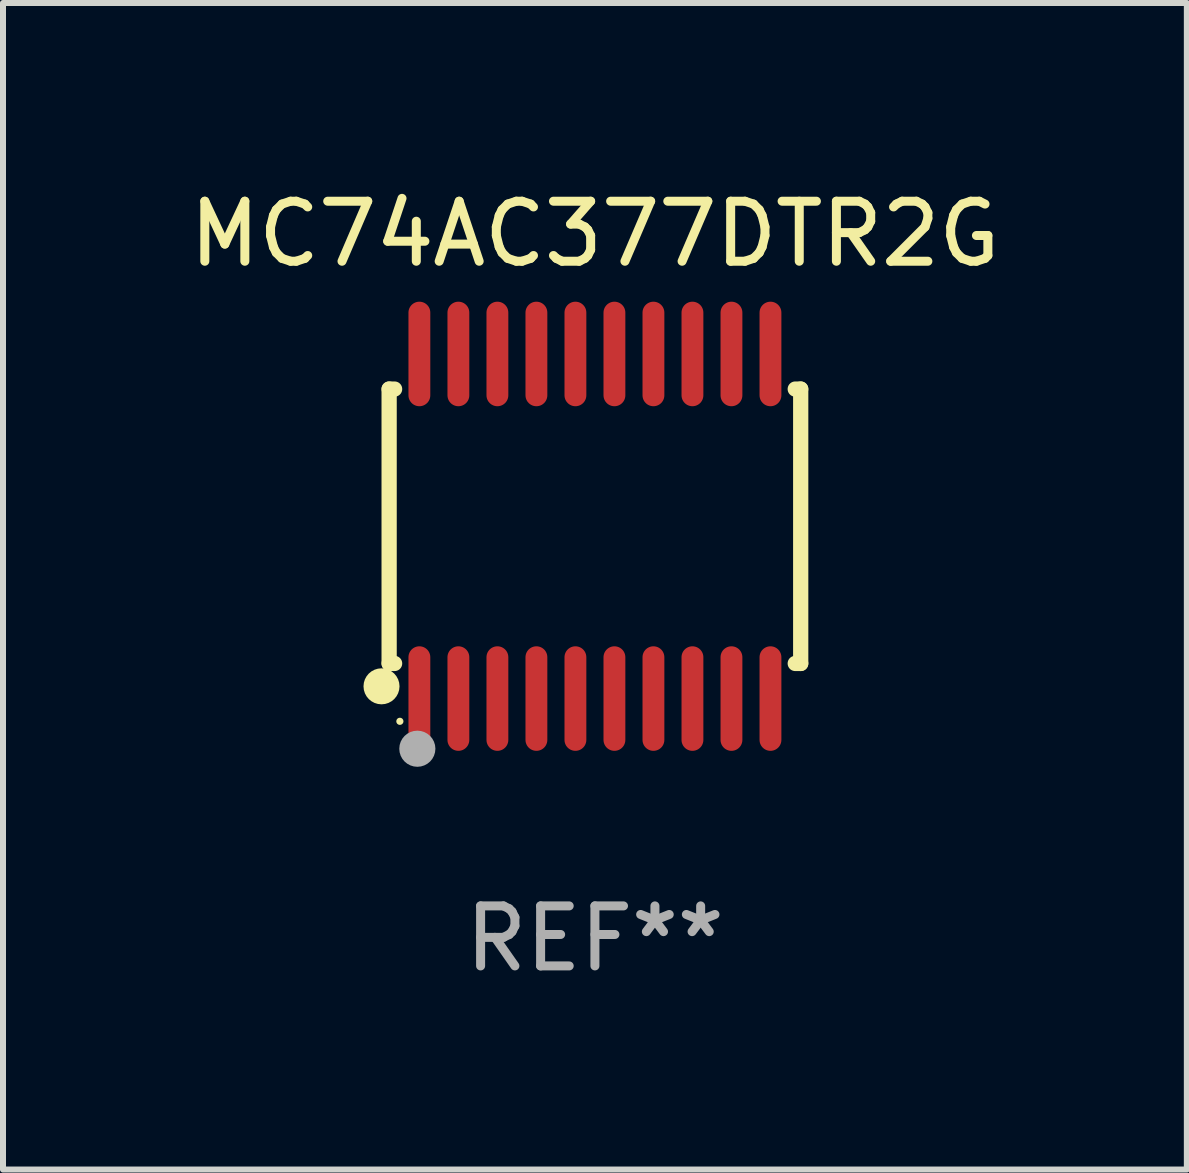
<source format=kicad_pcb>
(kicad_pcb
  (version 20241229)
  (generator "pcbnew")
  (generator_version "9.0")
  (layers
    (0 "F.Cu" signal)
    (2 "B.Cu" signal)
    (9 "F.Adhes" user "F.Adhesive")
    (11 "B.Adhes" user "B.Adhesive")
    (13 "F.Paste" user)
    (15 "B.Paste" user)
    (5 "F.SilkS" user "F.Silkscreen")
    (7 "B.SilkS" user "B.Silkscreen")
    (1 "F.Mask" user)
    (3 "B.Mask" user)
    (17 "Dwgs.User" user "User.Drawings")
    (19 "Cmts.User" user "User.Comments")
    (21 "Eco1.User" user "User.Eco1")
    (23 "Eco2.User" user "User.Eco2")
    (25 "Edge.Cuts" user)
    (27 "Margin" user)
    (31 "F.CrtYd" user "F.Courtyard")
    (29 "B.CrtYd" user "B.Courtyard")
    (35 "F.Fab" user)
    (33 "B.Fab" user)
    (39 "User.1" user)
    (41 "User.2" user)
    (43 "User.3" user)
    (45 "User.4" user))
  (footprint "MC74AC377DTR2G"
    (layer "F.Cu")
    (at 6.863 5.719)
    (property "Reference" "MC74AC377DTR2G" (at 0 -4.871 0) (layer "F.SilkS") (effects (font (size 1 1) (thickness 0.15))))
    (attr through_hole)
    (fp_line (start -3.429 -2.286) (end -3.429 2.286) (stroke (width 0.254) (type solid)) (layer "F.SilkS"))
    (fp_line (start -3.429 2.286) (end -3.338 2.286) (stroke (width 0.254) (type solid)) (layer "F.SilkS"))
    (fp_line (start -3.338 -2.286) (end -3.429 -2.286) (stroke (width 0.254) (type solid)) (layer "F.SilkS"))
    (fp_line (start 3.338 -2.286) (end 3.429 -2.286) (stroke (width 0.254) (type solid)) (layer "F.SilkS"))
    (fp_line (start 3.429 -2.286) (end 3.429 2.286) (stroke (width 0.254) (type solid)) (layer "F.SilkS"))
    (fp_line (start 3.429 2.286) (end 3.338 2.286) (stroke (width 0.254) (type solid)) (layer "F.SilkS"))
    (fp_circle (center -3.556 2.667) (end -3.406 2.667) (stroke (width 0.3) (type solid)) (fill no) (layer "F.SilkS"))
    (fp_circle (center -3.25 3.25) (end -3.22 3.25) (stroke (width 0.06) (type solid)) (fill no) (layer "F.SilkS"))
    (fp_circle (center -2.959 3.707) (end -2.808 3.707) (stroke (width 0.3) (type solid)) (fill no) (layer "F.Fab"))
    (fp_text user "REF**" (at 0 6.871 0) (layer "F.Fab") (effects (font (size 1 1) (thickness 0.15))))
    (pad "1" smd oval (at -2.925 2.871) (size 0.364 1.742) (layers "F.Cu" "F.Mask" "F.Paste"))
    (pad "2" smd oval (at -2.275 2.871) (size 0.364 1.742) (layers "F.Cu" "F.Mask" "F.Paste"))
    (pad "3" smd oval (at -1.625 2.871) (size 0.364 1.742) (layers "F.Cu" "F.Mask" "F.Paste"))
    (pad "4" smd oval (at -0.975 2.871) (size 0.364 1.742) (layers "F.Cu" "F.Mask" "F.Paste"))
    (pad "5" smd oval (at -0.325 2.871) (size 0.364 1.742) (layers "F.Cu" "F.Mask" "F.Paste"))
    (pad "6" smd oval (at 0.325 2.871) (size 0.364 1.742) (layers "F.Cu" "F.Mask" "F.Paste"))
    (pad "7" smd oval (at 0.975 2.871) (size 0.364 1.742) (layers "F.Cu" "F.Mask" "F.Paste"))
    (pad "8" smd oval (at 1.625 2.871) (size 0.364 1.742) (layers "F.Cu" "F.Mask" "F.Paste"))
    (pad "9" smd oval (at 2.275 2.871) (size 0.364 1.742) (layers "F.Cu" "F.Mask" "F.Paste"))
    (pad "10" smd oval (at 2.925 2.871) (size 0.364 1.742) (layers "F.Cu" "F.Mask" "F.Paste"))
    (pad "11" smd oval (at 2.925 -2.871) (size 0.364 1.742) (layers "F.Cu" "F.Mask" "F.Paste"))
    (pad "12" smd oval (at 2.275 -2.871) (size 0.364 1.742) (layers "F.Cu" "F.Mask" "F.Paste"))
    (pad "13" smd oval (at 1.625 -2.871) (size 0.364 1.742) (layers "F.Cu" "F.Mask" "F.Paste"))
    (pad "14" smd oval (at 0.975 -2.871) (size 0.364 1.742) (layers "F.Cu" "F.Mask" "F.Paste"))
    (pad "15" smd oval (at 0.325 -2.871) (size 0.364 1.742) (layers "F.Cu" "F.Mask" "F.Paste"))
    (pad "16" smd oval (at -0.325 -2.871) (size 0.364 1.742) (layers "F.Cu" "F.Mask" "F.Paste"))
    (pad "17" smd oval (at -0.975 -2.871) (size 0.364 1.742) (layers "F.Cu" "F.Mask" "F.Paste"))
    (pad "18" smd oval (at -1.625 -2.871) (size 0.364 1.742) (layers "F.Cu" "F.Mask" "F.Paste"))
    (pad "19" smd oval (at -2.275 -2.871) (size 0.364 1.742) (layers "F.Cu" "F.Mask" "F.Paste"))
    (pad "20" smd oval (at -2.925 -2.871) (size 0.364 1.742) (layers "F.Cu" "F.Mask" "F.Paste")))
  (gr_rect
    (start -3 -3)
    (end 16.726 16.438)
    (stroke (width 0.1) (type default))
    (fill no)
    (layer "Edge.Cuts")))
</source>
